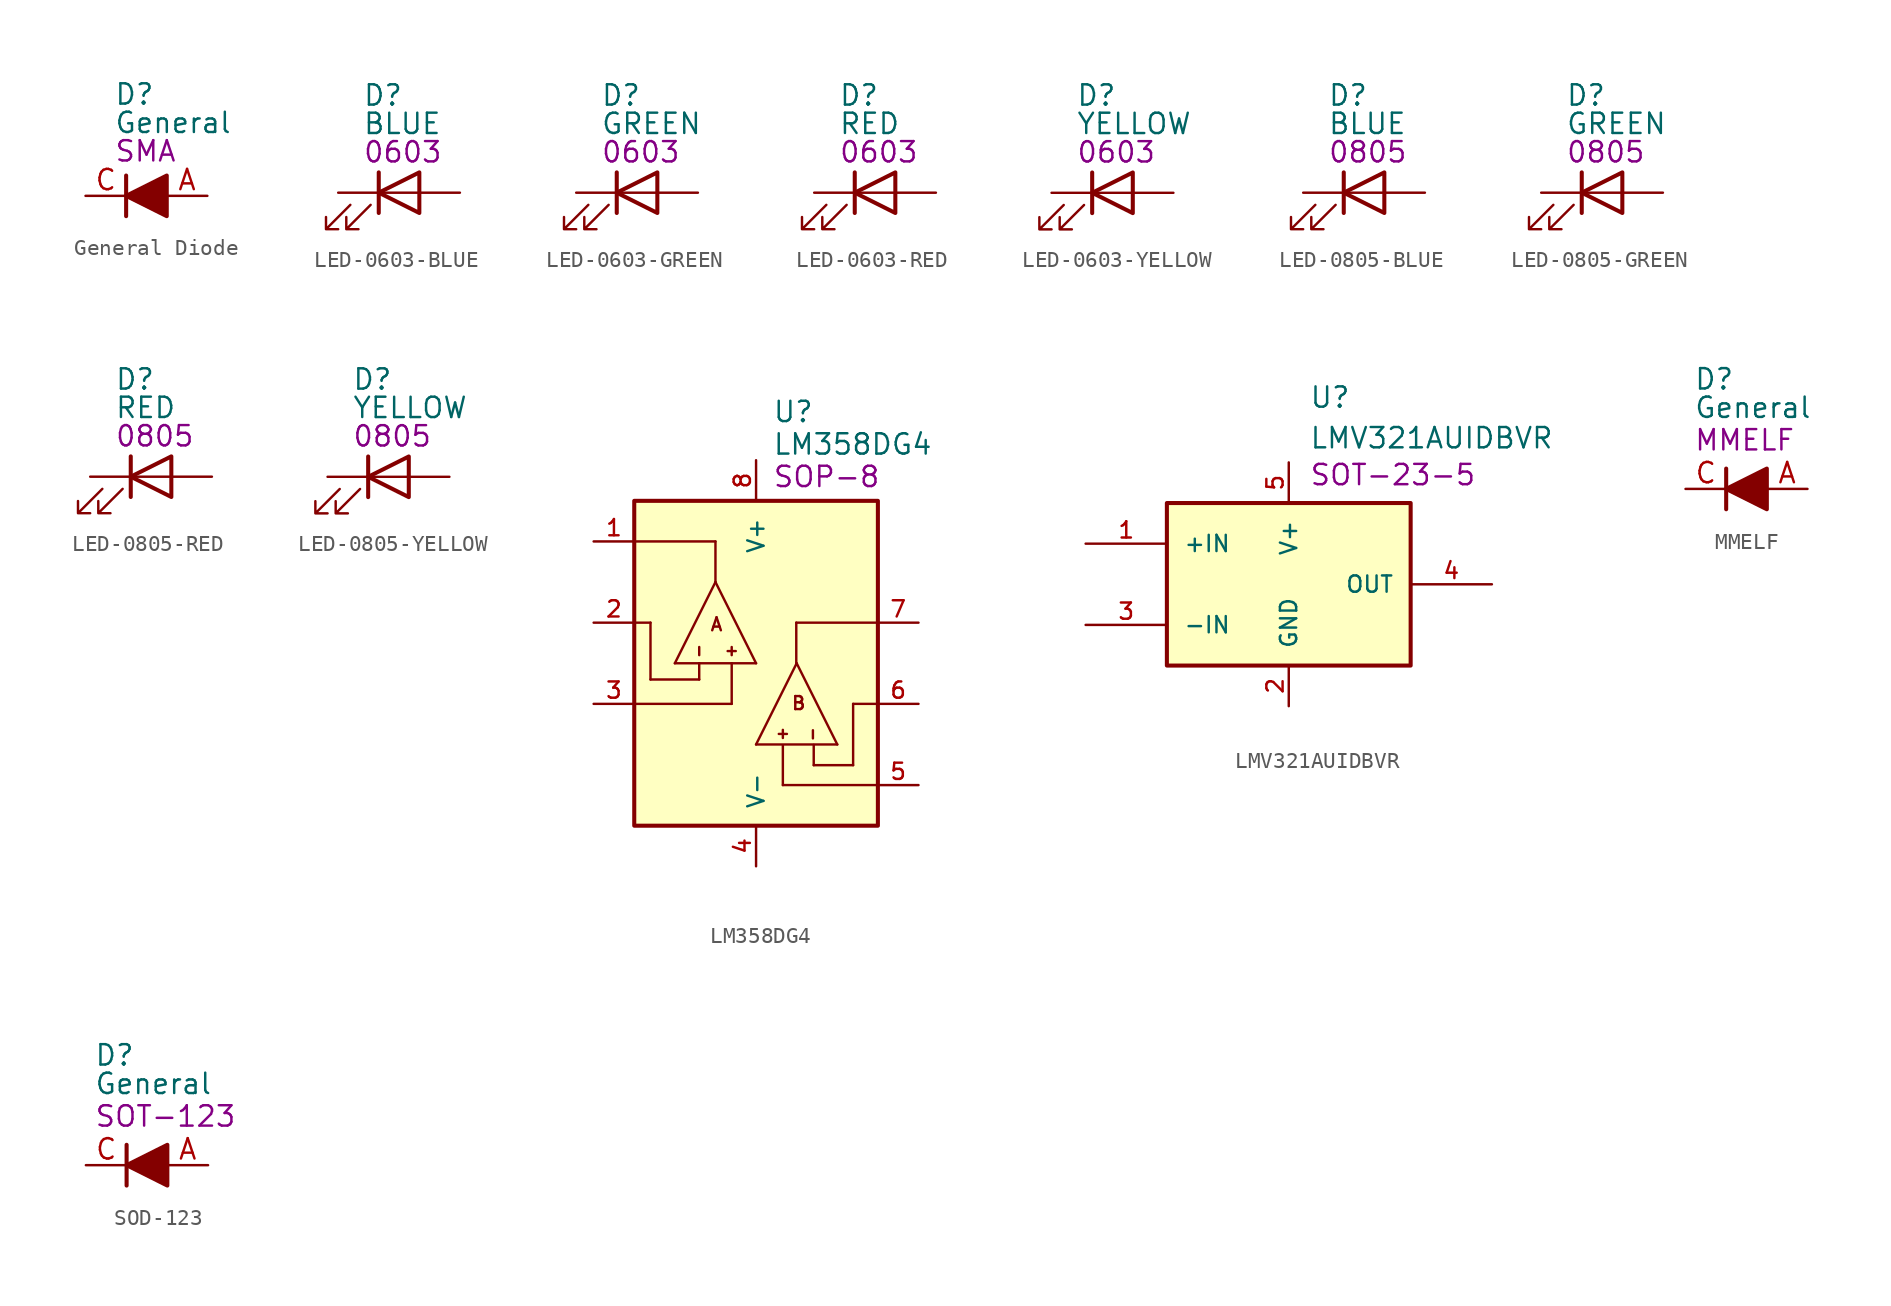
<source format=kicad_sym>
(kicad_symbol_lib
  (version 20231120)
  (generator "kicad_symbol_editor")
  (generator_version "8.0")
  (symbol "General Diode"
    (pin_names
      (offset 1.016) hide)
    (property "Reference" "D"
      (at 1.778 6.35 0)
      (do_not_autoplace)
      (effects (font (size 1.27 1.27)) (justify left)))
    (property "Value" "General"
      (at 1.778 4.572 0)
      (do_not_autoplace)
      (effects (font (size 1.27 1.27)) (justify left)))
    (property "Package" "SMA"
      (at 1.778 2.794 0)
      (do_not_autoplace)
      (effects (font (size 1.27 1.27)) (justify left)))
    (symbol "General Diode_0_1"
      (polyline (pts (xy 2.54 1.27) (xy 2.54 -1.27)) (stroke (width 0.254) (type default)) (fill (type none)))
      (polyline (pts (xy 5.08 0) (xy 2.54 0)) (stroke (width 0) (type default)) (fill (type none)))
      (polyline (pts (xy 5.08 1.27) (xy 5.08 -1.27) (xy 2.54 0) (xy 5.08 1.27)) (stroke (width 0.254) (type default)) (fill (type outline))))
    (symbol "General Diode_1_1"
      (pin passive line (at 7.62 0 180) (length 2.54) (name "A" (effects (font (size 1.27 1.27)))) (number "A" (effects (font (size 1.27 1.27)))))
      (pin passive line (at 0 0 0) (length 2.54) (name "C" (effects (font (size 1.27 1.27)))) (number "C" (effects (font (size 1.27 1.27)))))))
  (symbol "LED-0603-BLUE"
    (pin_numbers hide)
    (pin_names
      (offset 1.016) hide)
    (property "Reference" "D"
      (at 1.524 6.096 0)
      (do_not_autoplace)
      (effects (font (size 1.27 1.27)) (justify left)))
    (property "Value" "BLUE"
      (at 1.524 4.318 0)
      (do_not_autoplace)
      (effects (font (size 1.27 1.27)) (justify left)))
    (property "Package" "0603"
      (at 1.524 2.54 0)
      (do_not_autoplace)
      (effects (font (size 1.27 1.27)) (justify left)))
    (symbol "LED-0603-BLUE_0_1"
      (polyline (pts (xy 2.54 -1.27) (xy 2.54 1.27)) (stroke (width 0.254) (type default)) (fill (type none)))
      (polyline (pts (xy 2.54 0) (xy 5.08 0)) (stroke (width 0) (type default)) (fill (type none)))
      (polyline (pts (xy 5.08 -1.27) (xy 5.08 1.27) (xy 2.54 0) (xy 5.08 -1.27)) (stroke (width 0.254) (type default)) (fill (type none)))
      (polyline (pts (xy 0.762 -0.762) (xy -0.762 -2.286) (xy 0 -2.286) (xy -0.762 -2.286) (xy -0.762 -1.524)) (stroke (width 0) (type default)) (fill (type none)))
      (polyline (pts (xy 2.032 -0.762) (xy 0.508 -2.286) (xy 1.27 -2.286) (xy 0.508 -2.286) (xy 0.508 -1.524)) (stroke (width 0) (type default)) (fill (type none))))
    (symbol "LED-0603-BLUE_1_1"
      (pin passive line (at 7.62 0 180) (length 2.54) (name "A" (effects (font (size 1.27 1.27)))) (number "A" (effects (font (size 1.27 1.27)))))
      (pin passive line (at 0 0 0) (length 2.54) (name "C" (effects (font (size 1.27 1.27)))) (number "C" (effects (font (size 1.27 1.27)))))))
  (symbol "LED-0603-GREEN"
    (pin_numbers hide)
    (pin_names
      (offset 1.016) hide)
    (property "Reference" "D"
      (at 1.524 6.096 0)
      (do_not_autoplace)
      (effects (font (size 1.27 1.27)) (justify left)))
    (property "Value" "GREEN"
      (at 1.524 4.318 0)
      (do_not_autoplace)
      (effects (font (size 1.27 1.27)) (justify left)))
    (property "Package" "0603"
      (at 1.524 2.54 0)
      (do_not_autoplace)
      (effects (font (size 1.27 1.27)) (justify left)))
    (symbol "LED-0603-GREEN_0_1"
      (polyline (pts (xy 2.54 -1.27) (xy 2.54 1.27)) (stroke (width 0.254) (type default)) (fill (type none)))
      (polyline (pts (xy 2.54 0) (xy 5.08 0)) (stroke (width 0) (type default)) (fill (type none)))
      (polyline (pts (xy 5.08 -1.27) (xy 5.08 1.27) (xy 2.54 0) (xy 5.08 -1.27)) (stroke (width 0.254) (type default)) (fill (type none)))
      (polyline (pts (xy 0.762 -0.762) (xy -0.762 -2.286) (xy 0 -2.286) (xy -0.762 -2.286) (xy -0.762 -1.524)) (stroke (width 0) (type default)) (fill (type none)))
      (polyline (pts (xy 2.032 -0.762) (xy 0.508 -2.286) (xy 1.27 -2.286) (xy 0.508 -2.286) (xy 0.508 -1.524)) (stroke (width 0) (type default)) (fill (type none))))
    (symbol "LED-0603-GREEN_1_1"
      (pin passive line (at 7.62 0 180) (length 2.54) (name "A" (effects (font (size 1.27 1.27)))) (number "A" (effects (font (size 1.27 1.27)))))
      (pin passive line (at 0 0 0) (length 2.54) (name "C" (effects (font (size 1.27 1.27)))) (number "C" (effects (font (size 1.27 1.27)))))))
  (symbol "LED-0603-RED"
    (pin_numbers hide)
    (pin_names
      (offset 1.016) hide)
    (property "Reference" "D"
      (at 1.524 6.096 0)
      (do_not_autoplace)
      (effects (font (size 1.27 1.27)) (justify left)))
    (property "Value" "RED"
      (at 1.524 4.318 0)
      (do_not_autoplace)
      (effects (font (size 1.27 1.27)) (justify left)))
    (property "Package" "0603"
      (at 1.524 2.54 0)
      (do_not_autoplace)
      (effects (font (size 1.27 1.27)) (justify left)))
    (symbol "LED-0603-RED_0_1"
      (polyline (pts (xy 2.54 -1.27) (xy 2.54 1.27)) (stroke (width 0.254) (type default)) (fill (type none)))
      (polyline (pts (xy 2.54 0) (xy 5.08 0)) (stroke (width 0) (type default)) (fill (type none)))
      (polyline (pts (xy 5.08 -1.27) (xy 5.08 1.27) (xy 2.54 0) (xy 5.08 -1.27)) (stroke (width 0.254) (type default)) (fill (type none)))
      (polyline (pts (xy 0.762 -0.762) (xy -0.762 -2.286) (xy 0 -2.286) (xy -0.762 -2.286) (xy -0.762 -1.524)) (stroke (width 0) (type default)) (fill (type none)))
      (polyline (pts (xy 2.032 -0.762) (xy 0.508 -2.286) (xy 1.27 -2.286) (xy 0.508 -2.286) (xy 0.508 -1.524)) (stroke (width 0) (type default)) (fill (type none))))
    (symbol "LED-0603-RED_1_1"
      (pin passive line (at 7.62 0 180) (length 2.54) (name "A" (effects (font (size 1.27 1.27)))) (number "A" (effects (font (size 1.27 1.27)))))
      (pin passive line (at 0 0 0) (length 2.54) (name "C" (effects (font (size 1.27 1.27)))) (number "C" (effects (font (size 1.27 1.27)))))))
  (symbol "LED-0603-YELLOW"
    (pin_numbers hide)
    (pin_names
      (offset 1.016) hide)
    (property "Reference" "D"
      (at 1.524 6.096 0)
      (do_not_autoplace)
      (effects (font (size 1.27 1.27)) (justify left)))
    (property "Value" "YELLOW"
      (at 1.524 4.318 0)
      (do_not_autoplace)
      (effects (font (size 1.27 1.27)) (justify left)))
    (property "Package" "0603"
      (at 1.524 2.54 0)
      (do_not_autoplace)
      (effects (font (size 1.27 1.27)) (justify left)))
    (symbol "LED-0603-YELLOW_0_1"
      (polyline (pts (xy 2.54 -1.27) (xy 2.54 1.27)) (stroke (width 0.254) (type default)) (fill (type none)))
      (polyline (pts (xy 2.54 0) (xy 5.08 0)) (stroke (width 0) (type default)) (fill (type none)))
      (polyline (pts (xy 5.08 -1.27) (xy 5.08 1.27) (xy 2.54 0) (xy 5.08 -1.27)) (stroke (width 0.254) (type default)) (fill (type none)))
      (polyline (pts (xy 0.762 -0.762) (xy -0.762 -2.286) (xy 0 -2.286) (xy -0.762 -2.286) (xy -0.762 -1.524)) (stroke (width 0) (type default)) (fill (type none)))
      (polyline (pts (xy 2.032 -0.762) (xy 0.508 -2.286) (xy 1.27 -2.286) (xy 0.508 -2.286) (xy 0.508 -1.524)) (stroke (width 0) (type default)) (fill (type none))))
    (symbol "LED-0603-YELLOW_1_1"
      (pin passive line (at 7.62 0 180) (length 2.54) (name "A" (effects (font (size 1.27 1.27)))) (number "A" (effects (font (size 1.27 1.27)))))
      (pin passive line (at 0 0 0) (length 2.54) (name "C" (effects (font (size 1.27 1.27)))) (number "C" (effects (font (size 1.27 1.27)))))))
  (symbol "LED-0805-BLUE"
    (pin_numbers hide)
    (pin_names
      (offset 1.016) hide)
    (property "Reference" "D"
      (at 1.524 6.096 0)
      (do_not_autoplace)
      (effects (font (size 1.27 1.27)) (justify left)))
    (property "Value" "BLUE"
      (at 1.524 4.318 0)
      (do_not_autoplace)
      (effects (font (size 1.27 1.27)) (justify left)))
    (property "Package" "0805"
      (at 1.524 2.54 0)
      (do_not_autoplace)
      (effects (font (size 1.27 1.27)) (justify left)))
    (symbol "LED-0805-BLUE_0_1"
      (polyline (pts (xy 2.54 -1.27) (xy 2.54 1.27)) (stroke (width 0.254) (type default)) (fill (type none)))
      (polyline (pts (xy 2.54 0) (xy 5.08 0)) (stroke (width 0) (type default)) (fill (type none)))
      (polyline (pts (xy 5.08 -1.27) (xy 5.08 1.27) (xy 2.54 0) (xy 5.08 -1.27)) (stroke (width 0.254) (type default)) (fill (type none)))
      (polyline (pts (xy 0.762 -0.762) (xy -0.762 -2.286) (xy 0 -2.286) (xy -0.762 -2.286) (xy -0.762 -1.524)) (stroke (width 0) (type default)) (fill (type none)))
      (polyline (pts (xy 2.032 -0.762) (xy 0.508 -2.286) (xy 1.27 -2.286) (xy 0.508 -2.286) (xy 0.508 -1.524)) (stroke (width 0) (type default)) (fill (type none))))
    (symbol "LED-0805-BLUE_1_1"
      (pin passive line (at 7.62 0 180) (length 2.54) (name "A" (effects (font (size 1.27 1.27)))) (number "A" (effects (font (size 1.27 1.27)))))
      (pin passive line (at 0 0 0) (length 2.54) (name "C" (effects (font (size 1.27 1.27)))) (number "C" (effects (font (size 1.27 1.27)))))))
  (symbol "LED-0805-GREEN"
    (pin_numbers hide)
    (pin_names
      (offset 1.016) hide)
    (property "Reference" "D"
      (at 1.524 6.096 0)
      (do_not_autoplace)
      (effects (font (size 1.27 1.27)) (justify left)))
    (property "Value" "GREEN"
      (at 1.524 4.318 0)
      (do_not_autoplace)
      (effects (font (size 1.27 1.27)) (justify left)))
    (property "Package" "0805"
      (at 1.524 2.54 0)
      (do_not_autoplace)
      (effects (font (size 1.27 1.27)) (justify left)))
    (symbol "LED-0805-GREEN_0_1"
      (polyline (pts (xy 2.54 -1.27) (xy 2.54 1.27)) (stroke (width 0.254) (type default)) (fill (type none)))
      (polyline (pts (xy 2.54 0) (xy 5.08 0)) (stroke (width 0) (type default)) (fill (type none)))
      (polyline (pts (xy 5.08 -1.27) (xy 5.08 1.27) (xy 2.54 0) (xy 5.08 -1.27)) (stroke (width 0.254) (type default)) (fill (type none)))
      (polyline (pts (xy 0.762 -0.762) (xy -0.762 -2.286) (xy 0 -2.286) (xy -0.762 -2.286) (xy -0.762 -1.524)) (stroke (width 0) (type default)) (fill (type none)))
      (polyline (pts (xy 2.032 -0.762) (xy 0.508 -2.286) (xy 1.27 -2.286) (xy 0.508 -2.286) (xy 0.508 -1.524)) (stroke (width 0) (type default)) (fill (type none))))
    (symbol "LED-0805-GREEN_1_1"
      (pin passive line (at 7.62 0 180) (length 2.54) (name "A" (effects (font (size 1.27 1.27)))) (number "A" (effects (font (size 1.27 1.27)))))
      (pin passive line (at 0 0 0) (length 2.54) (name "C" (effects (font (size 1.27 1.27)))) (number "C" (effects (font (size 1.27 1.27)))))))
  (symbol "LED-0805-RED"
    (pin_numbers hide)
    (pin_names
      (offset 1.016) hide)
    (property "Reference" "D"
      (at 1.524 6.096 0)
      (do_not_autoplace)
      (effects (font (size 1.27 1.27)) (justify left)))
    (property "Value" "RED"
      (at 1.524 4.318 0)
      (do_not_autoplace)
      (effects (font (size 1.27 1.27)) (justify left)))
    (property "Package" "0805"
      (at 1.524 2.54 0)
      (do_not_autoplace)
      (effects (font (size 1.27 1.27)) (justify left)))
    (symbol "LED-0805-RED_0_1"
      (polyline (pts (xy 2.54 -1.27) (xy 2.54 1.27)) (stroke (width 0.254) (type default)) (fill (type none)))
      (polyline (pts (xy 2.54 0) (xy 5.08 0)) (stroke (width 0) (type default)) (fill (type none)))
      (polyline (pts (xy 5.08 -1.27) (xy 5.08 1.27) (xy 2.54 0) (xy 5.08 -1.27)) (stroke (width 0.254) (type default)) (fill (type none)))
      (polyline (pts (xy 0.762 -0.762) (xy -0.762 -2.286) (xy 0 -2.286) (xy -0.762 -2.286) (xy -0.762 -1.524)) (stroke (width 0) (type default)) (fill (type none)))
      (polyline (pts (xy 2.032 -0.762) (xy 0.508 -2.286) (xy 1.27 -2.286) (xy 0.508 -2.286) (xy 0.508 -1.524)) (stroke (width 0) (type default)) (fill (type none))))
    (symbol "LED-0805-RED_1_1"
      (pin passive line (at 7.62 0 180) (length 2.54) (name "A" (effects (font (size 1.27 1.27)))) (number "A" (effects (font (size 1.27 1.27)))))
      (pin passive line (at 0 0 0) (length 2.54) (name "C" (effects (font (size 1.27 1.27)))) (number "C" (effects (font (size 1.27 1.27)))))))
  (symbol "LED-0805-YELLOW"
    (pin_numbers hide)
    (pin_names
      (offset 1.016) hide)
    (property "Reference" "D"
      (at 1.524 6.096 0)
      (do_not_autoplace)
      (effects (font (size 1.27 1.27)) (justify left)))
    (property "Value" "YELLOW"
      (at 1.524 4.318 0)
      (do_not_autoplace)
      (effects (font (size 1.27 1.27)) (justify left)))
    (property "Package" "0805"
      (at 1.524 2.54 0)
      (do_not_autoplace)
      (effects (font (size 1.27 1.27)) (justify left)))
    (symbol "LED-0805-YELLOW_0_1"
      (polyline (pts (xy 2.54 -1.27) (xy 2.54 1.27)) (stroke (width 0.254) (type default)) (fill (type none)))
      (polyline (pts (xy 2.54 0) (xy 5.08 0)) (stroke (width 0) (type default)) (fill (type none)))
      (polyline (pts (xy 5.08 -1.27) (xy 5.08 1.27) (xy 2.54 0) (xy 5.08 -1.27)) (stroke (width 0.254) (type default)) (fill (type none)))
      (polyline (pts (xy 0.762 -0.762) (xy -0.762 -2.286) (xy 0 -2.286) (xy -0.762 -2.286) (xy -0.762 -1.524)) (stroke (width 0) (type default)) (fill (type none)))
      (polyline (pts (xy 2.032 -0.762) (xy 0.508 -2.286) (xy 1.27 -2.286) (xy 0.508 -2.286) (xy 0.508 -1.524)) (stroke (width 0) (type default)) (fill (type none))))
    (symbol "LED-0805-YELLOW_1_1"
      (pin passive line (at 7.62 0 180) (length 2.54) (name "A" (effects (font (size 1.27 1.27)))) (number "A" (effects (font (size 1.27 1.27)))))
      (pin passive line (at 0 0 0) (length 2.54) (name "C" (effects (font (size 1.27 1.27)))) (number "C" (effects (font (size 1.27 1.27)))))))
  (symbol "LM358DG4"
    (pin_names
      (offset 1.016))
    (property "Reference" "U"
      (at 1.016 14.986 0)
      (effects (font (size 1.27 1.27)) (justify left bottom)))
    (property "Value" "LM358DG4"
      (at 1.016 12.954 0)
      (effects (font (size 1.27 1.27)) (justify left bottom)))
    (property "Package" "SOP-8"
      (at 1.016 10.922 0)
      (effects (font (size 1.27 1.27)) (justify left bottom)))
    (symbol "LM358DG4_0_0"
      (rectangle (start -7.62 10.16) (end 7.62 -10.16) (stroke (width 0.254) (type default)) (fill (type background)))
      (polyline (pts (xy -6.604 -1.016) (xy -6.604 2.54)) (stroke (width 0.152) (type default)) (fill (type none)))
      (polyline (pts (xy -6.604 2.54) (xy -7.62 2.54)) (stroke (width 0.152) (type default)) (fill (type none)))
      (polyline (pts (xy -5.08 0) (xy -2.54 5.08)) (stroke (width 0.152) (type default)) (fill (type none)))
      (polyline (pts (xy -3.556 -1.016) (xy -6.604 -1.016)) (stroke (width 0.152) (type default)) (fill (type none)))
      (polyline (pts (xy -3.556 0) (xy -5.08 0)) (stroke (width 0.152) (type default)) (fill (type none)))
      (polyline (pts (xy -3.556 0) (xy -3.556 -1.016)) (stroke (width 0.152) (type default)) (fill (type none)))
      (polyline (pts (xy -3.556 1.016) (xy -3.556 0.508)) (stroke (width 0.152) (type default)) (fill (type none)))
      (polyline (pts (xy -2.54 5.08) (xy -2.54 7.62)) (stroke (width 0.152) (type default)) (fill (type none)))
      (polyline (pts (xy -2.54 5.08) (xy 0 0)) (stroke (width 0.152) (type default)) (fill (type none)))
      (polyline (pts (xy -2.54 7.62) (xy -7.62 7.62)) (stroke (width 0.152) (type default)) (fill (type none)))
      (polyline (pts (xy -1.778 0.762) (xy -1.27 0.762)) (stroke (width 0.152) (type default)) (fill (type none)))
      (polyline (pts (xy -1.524 -2.54) (xy -7.62 -2.54)) (stroke (width 0.152) (type default)) (fill (type none)))
      (polyline (pts (xy -1.524 0) (xy -3.556 0)) (stroke (width 0.152) (type default)) (fill (type none)))
      (polyline (pts (xy -1.524 0) (xy -1.524 -2.54)) (stroke (width 0.152) (type default)) (fill (type none)))
      (polyline (pts (xy -1.524 0.508) (xy -1.524 1.016)) (stroke (width 0.152) (type default)) (fill (type none)))
      (polyline (pts (xy 0 -5.08) (xy 2.54 0)) (stroke (width 0.152) (type default)) (fill (type none)))
      (polyline (pts (xy 0 0) (xy -1.524 0)) (stroke (width 0.152) (type default)) (fill (type none)))
      (polyline (pts (xy 1.422 -4.42) (xy 1.93 -4.42)) (stroke (width 0.152) (type default)) (fill (type none)))
      (polyline (pts (xy 1.676 -7.62) (xy 7.62 -7.62)) (stroke (width 0.152) (type default)) (fill (type none)))
      (polyline (pts (xy 1.676 -5.131) (xy 1.676 -7.62)) (stroke (width 0.152) (type default)) (fill (type none)))
      (polyline (pts (xy 1.676 -4.166) (xy 1.676 -4.674)) (stroke (width 0.152) (type default)) (fill (type none)))
      (polyline (pts (xy 2.515 -0.102) (xy 2.515 2.54)) (stroke (width 0.152) (type default)) (fill (type none)))
      (polyline (pts (xy 2.515 2.54) (xy 7.62 2.54)) (stroke (width 0.152) (type default)) (fill (type none)))
      (polyline (pts (xy 2.54 0) (xy 5.08 -5.08)) (stroke (width 0.152) (type default)) (fill (type none)))
      (polyline (pts (xy 3.556 -4.191) (xy 3.556 -4.699)) (stroke (width 0.152) (type default)) (fill (type none)))
      (polyline (pts (xy 3.607 -6.375) (xy 6.071 -6.375)) (stroke (width 0.152) (type default)) (fill (type none)))
      (polyline (pts (xy 3.607 -5.105) (xy 3.607 -6.375)) (stroke (width 0.152) (type default)) (fill (type none)))
      (polyline (pts (xy 5.08 -5.08) (xy 0 -5.08)) (stroke (width 0.152) (type default)) (fill (type none)))
      (polyline (pts (xy 6.071 -6.375) (xy 6.071 -2.54)) (stroke (width 0.152) (type default)) (fill (type none)))
      (polyline (pts (xy 6.071 -2.54) (xy 7.62 -2.54)) (stroke (width 0.152) (type default)) (fill (type none)))
      (text "A" (at -2.921 1.956 0) (effects (font (size 0.813 0.813)) (justify left bottom)))
      (text "B" (at 2.159 -2.972 0) (effects (font (size 0.813 0.813)) (justify left bottom)))
      (pin output line (at -10.16 7.62 0) (length 2.54) (name "~" (effects (font (size 1.016 1.016)))) (number "1" (effects (font (size 1.016 1.016)))))
      (pin input line (at -10.16 2.54 0) (length 2.54) (name "~" (effects (font (size 1.016 1.016)))) (number "2" (effects (font (size 1.016 1.016)))))
      (pin input line (at -10.16 -2.54 0) (length 2.54) (name "~" (effects (font (size 1.016 1.016)))) (number "3" (effects (font (size 1.016 1.016)))))
      (pin input line (at 10.16 -7.62 180) (length 2.54) (name "~" (effects (font (size 1.016 1.016)))) (number "5" (effects (font (size 1.016 1.016)))))
      (pin input line (at 10.16 -2.54 180) (length 2.54) (name "~" (effects (font (size 1.016 1.016)))) (number "6" (effects (font (size 1.016 1.016)))))
      (pin output line (at 10.16 2.54 180) (length 2.54) (name "~" (effects (font (size 1.016 1.016)))) (number "7" (effects (font (size 1.016 1.016))))))
    (symbol "LM358DG4_1_0"
      (pin power_in line (at 0 -12.7 90) (length 2.54) (name "V-" (effects (font (size 1.016 1.016)))) (number "4" (effects (font (size 1.016 1.016)))))
      (pin power_in line (at 0 12.7 270) (length 2.54) (name "V+" (effects (font (size 1.016 1.016)))) (number "8" (effects (font (size 1.016 1.016)))))))
  (symbol "LMV321AUIDBVR"
    (pin_names
      (offset 1.016))
    (property "Reference" "U"
      (at 13.97 9.144 0)
      (do_not_autoplace)
      (effects (font (size 1.27 1.27)) (justify left)))
    (property "Value" "LMV321AUIDBVR"
      (at 13.97 6.604 0)
      (do_not_autoplace)
      (effects (font (size 1.27 1.27)) (justify left)))
    (property "Package" "SOT-23-5"
      (at 13.97 3.556 0)
      (do_not_autoplace)
      (effects (font (size 1.27 1.27)) (justify left bottom)))
    (symbol "LMV321AUIDBVR_0_0"
      (rectangle (start 5.08 -7.62) (end 20.32 2.54) (stroke (width 0.254) (type default)) (fill (type background)))
      (pin bidirectional line (at 0 0 0) (length 5.08) (name "+IN" (effects (font (size 1.016 1.016)))) (number "1" (effects (font (size 1.016 1.016)))))
      (pin bidirectional line (at 0 -5.08 0) (length 5.08) (name "-IN" (effects (font (size 1.016 1.016)))) (number "3" (effects (font (size 1.016 1.016)))))
      (pin bidirectional line (at 25.4 -2.54 180) (length 5.08) (name "OUT" (effects (font (size 1.016 1.016)))) (number "4" (effects (font (size 1.016 1.016)))))
      (pin power_in line (at 12.7 5.08 270) (length 2.54) (name "V+" (effects (font (size 1.016 1.016)))) (number "5" (effects (font (size 1.016 1.016))))))
    (symbol "LMV321AUIDBVR_1_0"
      (pin power_in line (at 12.7 -10.16 90) (length 2.54) (name "GND" (effects (font (size 1.016 1.016)))) (number "2" (effects (font (size 1.016 1.016)))))))
  (symbol "MMELF"
    (pin_names
      (offset 1.016) hide)
    (property "Reference" "D"
      (at 0.508 6.858 0)
      (do_not_autoplace)
      (effects (font (size 1.27 1.27)) (justify left)))
    (property "Value" "General"
      (at 0.508 5.08 0)
      (do_not_autoplace)
      (effects (font (size 1.27 1.27)) (justify left)))
    (property "Package" "MMELF"
      (at 0.508 3.048 0)
      (do_not_autoplace)
      (effects (font (size 1.27 1.27)) (justify left)))
    (symbol "MMELF_0_1"
      (polyline (pts (xy 2.54 1.27) (xy 2.54 -1.27)) (stroke (width 0.254) (type default)) (fill (type none)))
      (polyline (pts (xy 5.08 0) (xy 2.54 0)) (stroke (width 0) (type default)) (fill (type none)))
      (polyline (pts (xy 5.08 1.27) (xy 5.08 -1.27) (xy 2.54 0) (xy 5.08 1.27)) (stroke (width 0.254) (type default)) (fill (type outline))))
    (symbol "MMELF_1_1"
      (pin passive line (at 7.62 0 180) (length 2.54) (name "A" (effects (font (size 1.27 1.27)))) (number "A" (effects (font (size 1.27 1.27)))))
      (pin passive line (at 0 0 0) (length 2.54) (name "C" (effects (font (size 1.27 1.27)))) (number "C" (effects (font (size 1.27 1.27)))))))
  (symbol "SOD-123"
    (pin_names
      (offset 1.016) hide)
    (property "Reference" "D"
      (at 0.508 6.858 0)
      (do_not_autoplace)
      (effects (font (size 1.27 1.27)) (justify left)))
    (property "Value" "General"
      (at 0.508 5.08 0)
      (do_not_autoplace)
      (effects (font (size 1.27 1.27)) (justify left)))
    (property "Package" "SOT-123"
      (at 0.508 3.048 0)
      (do_not_autoplace)
      (effects (font (size 1.27 1.27)) (justify left)))
    (symbol "SOD-123_0_1"
      (polyline (pts (xy 2.54 1.27) (xy 2.54 -1.27)) (stroke (width 0.254) (type default)) (fill (type none)))
      (polyline (pts (xy 5.08 0) (xy 2.54 0)) (stroke (width 0) (type default)) (fill (type none)))
      (polyline (pts (xy 5.08 1.27) (xy 5.08 -1.27) (xy 2.54 0) (xy 5.08 1.27)) (stroke (width 0.254) (type default)) (fill (type outline))))
    (symbol "SOD-123_1_1"
      (pin passive line (at 7.62 0 180) (length 2.54) (name "A" (effects (font (size 1.27 1.27)))) (number "A" (effects (font (size 1.27 1.27)))))
      (pin passive line (at 0 0 0) (length 2.54) (name "C" (effects (font (size 1.27 1.27)))) (number "C" (effects (font (size 1.27 1.27))))))))
</source>
